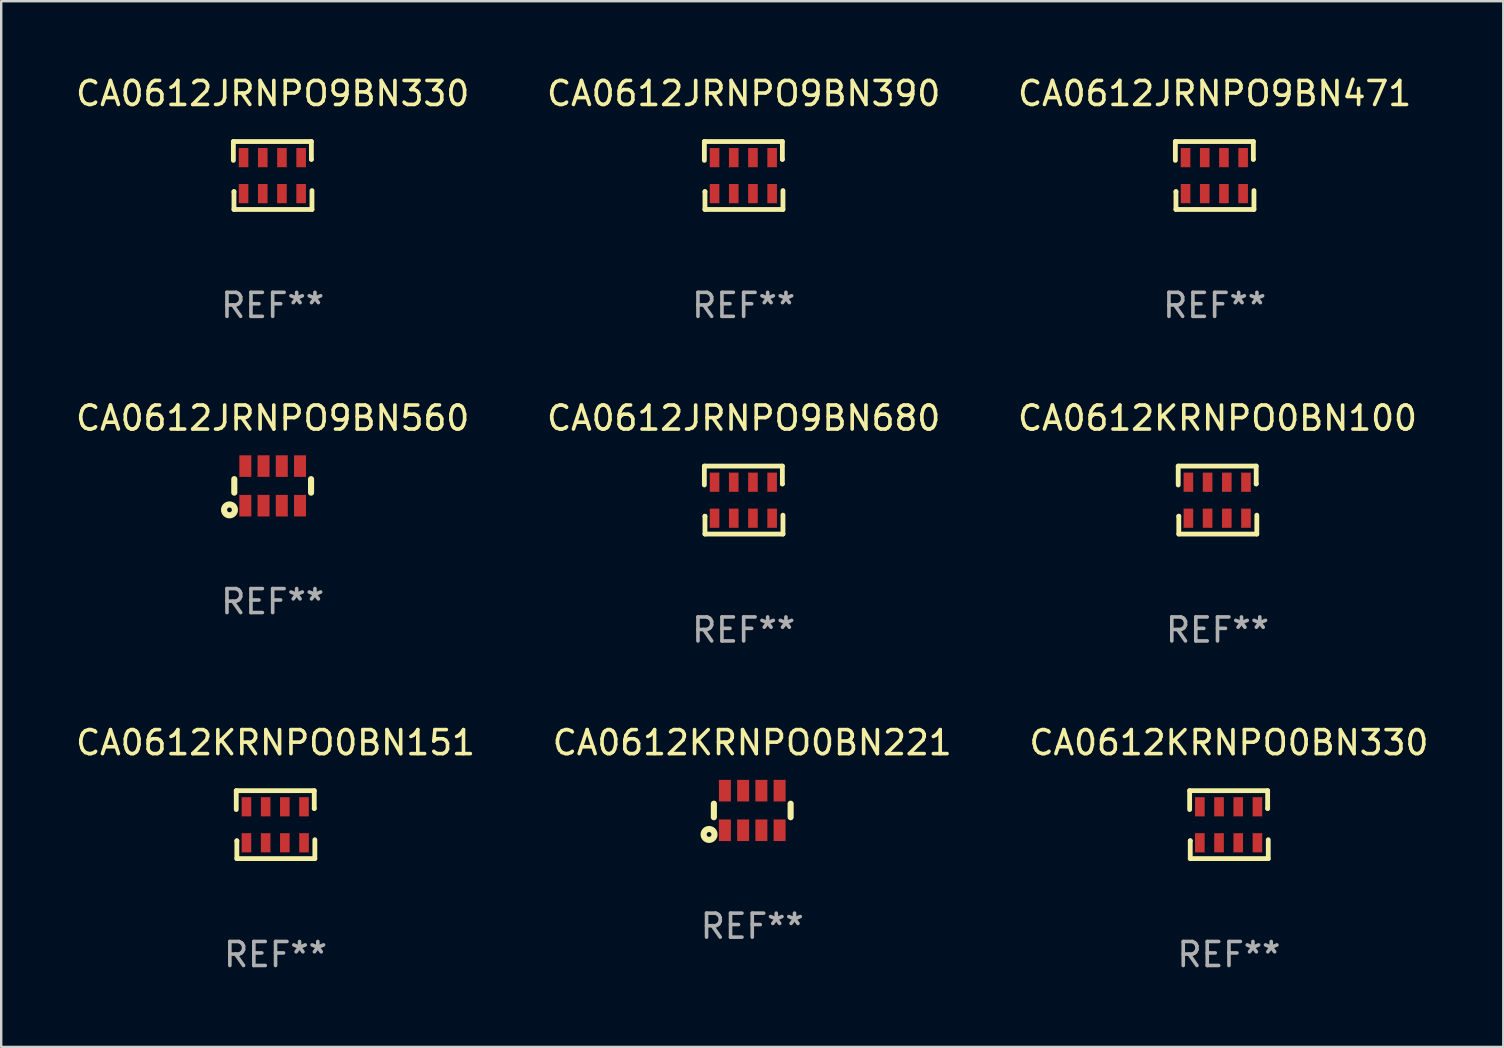
<source format=kicad_pcb>
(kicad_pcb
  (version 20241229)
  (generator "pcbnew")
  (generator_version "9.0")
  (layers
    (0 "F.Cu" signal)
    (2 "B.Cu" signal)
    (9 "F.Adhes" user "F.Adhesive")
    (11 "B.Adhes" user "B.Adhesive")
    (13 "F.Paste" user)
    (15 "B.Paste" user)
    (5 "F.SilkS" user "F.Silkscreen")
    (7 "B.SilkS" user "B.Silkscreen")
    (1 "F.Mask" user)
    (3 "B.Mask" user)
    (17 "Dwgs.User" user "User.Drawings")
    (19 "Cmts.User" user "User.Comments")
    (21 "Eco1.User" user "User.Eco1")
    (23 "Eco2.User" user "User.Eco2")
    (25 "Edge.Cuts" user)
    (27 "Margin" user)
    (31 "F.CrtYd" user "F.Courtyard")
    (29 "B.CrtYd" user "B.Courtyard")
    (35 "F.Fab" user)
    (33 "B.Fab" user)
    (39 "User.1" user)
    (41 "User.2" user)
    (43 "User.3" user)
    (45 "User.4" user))
  (footprint "CA0612KRNPO0BN330"
    (layer "F.Cu")
    (at 48.173 31.321)
    (property "Reference" "CA0612KRNPO0BN330" (at 0 -3.416 0) (layer "F.SilkS") (effects (font (size 1 1) (thickness 0.15))))
    (attr through_hole)
    (fp_line (start -1.638 -1.416) (end 1.613 -1.416) (stroke (width 0.2) (type solid)) (layer "F.SilkS"))
    (fp_line (start -1.638 -0.629) (end -1.638 -1.416) (stroke (width 0.2) (type solid)) (layer "F.SilkS"))
    (fp_line (start -1.613 0.673) (end -1.613 0.68) (stroke (width 0.2) (type solid)) (layer "F.SilkS"))
    (fp_line (start -1.613 1.416) (end -1.613 0.673) (stroke (width 0.2) (type solid)) (layer "F.SilkS"))
    (fp_line (start 1.613 -1.416) (end 1.613 -0.673) (stroke (width 0.2) (type solid)) (layer "F.SilkS"))
    (fp_line (start 1.613 -0.673) (end 1.613 -0.68) (stroke (width 0.2) (type solid)) (layer "F.SilkS"))
    (fp_line (start 1.638 0.629) (end 1.638 1.416) (stroke (width 0.2) (type solid)) (layer "F.SilkS"))
    (fp_line (start 1.638 1.416) (end -1.613 1.416) (stroke (width 0.2) (type solid)) (layer "F.SilkS"))
    (fp_circle (center -1.613 0.806) (end -1.583 0.806) (stroke (width 0.06) (type solid)) (fill no) (layer "F.SilkS"))
    (fp_text user "REF**" (at 0 5.416 0) (layer "F.Fab") (effects (font (size 1 1) (thickness 0.15))))
    (pad "1" smd rect (at -1.213 0.756 90) (size 0.8 0.4) (layers "F.Cu" "F.Mask" "F.Paste"))
    (pad "2" smd rect (at -0.413 0.756 90) (size 0.8 0.4) (layers "F.Cu" "F.Mask" "F.Paste"))
    (pad "3" smd rect (at 0.387 0.756 90) (size 0.8 0.4) (layers "F.Cu" "F.Mask" "F.Paste"))
    (pad "4" smd rect (at 1.187 0.756 90) (size 0.8 0.4) (layers "F.Cu" "F.Mask" "F.Paste"))
    (pad "5" smd rect (at 1.187 -0.744 90) (size 0.8 0.4) (layers "F.Cu" "F.Mask" "F.Paste"))
    (pad "6" smd rect (at 0.387 -0.744 90) (size 0.8 0.4) (layers "F.Cu" "F.Mask" "F.Paste"))
    (pad "7" smd rect (at -0.413 -0.744 90) (size 0.8 0.4) (layers "F.Cu" "F.Mask" "F.Paste"))
    (pad "8" smd rect (at -1.213 -0.744 90) (size 0.8 0.4) (layers "F.Cu" "F.Mask" "F.Paste")))
  (footprint "CA0612KRNPO0BN100"
    (layer "F.Cu")
    (at 47.696 17.793)
    (property "Reference" "CA0612KRNPO0BN100" (at 0 -3.416 0) (layer "F.SilkS") (effects (font (size 1 1) (thickness 0.15))))
    (attr through_hole)
    (fp_line (start -1.638 -1.416) (end 1.613 -1.416) (stroke (width 0.2) (type solid)) (layer "F.SilkS"))
    (fp_line (start -1.638 -0.629) (end -1.638 -1.416) (stroke (width 0.2) (type solid)) (layer "F.SilkS"))
    (fp_line (start -1.613 0.673) (end -1.613 0.68) (stroke (width 0.2) (type solid)) (layer "F.SilkS"))
    (fp_line (start -1.613 1.416) (end -1.613 0.673) (stroke (width 0.2) (type solid)) (layer "F.SilkS"))
    (fp_line (start 1.613 -1.416) (end 1.613 -0.673) (stroke (width 0.2) (type solid)) (layer "F.SilkS"))
    (fp_line (start 1.613 -0.673) (end 1.613 -0.68) (stroke (width 0.2) (type solid)) (layer "F.SilkS"))
    (fp_line (start 1.638 0.629) (end 1.638 1.416) (stroke (width 0.2) (type solid)) (layer "F.SilkS"))
    (fp_line (start 1.638 1.416) (end -1.613 1.416) (stroke (width 0.2) (type solid)) (layer "F.SilkS"))
    (fp_circle (center -1.613 0.806) (end -1.583 0.806) (stroke (width 0.06) (type solid)) (fill no) (layer "F.SilkS"))
    (fp_text user "REF**" (at 0 5.416 0) (layer "F.Fab") (effects (font (size 1 1) (thickness 0.15))))
    (pad "1" smd rect (at -1.213 0.756 90) (size 0.8 0.4) (layers "F.Cu" "F.Mask" "F.Paste"))
    (pad "2" smd rect (at -0.413 0.756 90) (size 0.8 0.4) (layers "F.Cu" "F.Mask" "F.Paste"))
    (pad "3" smd rect (at 0.387 0.756 90) (size 0.8 0.4) (layers "F.Cu" "F.Mask" "F.Paste"))
    (pad "4" smd rect (at 1.187 0.756 90) (size 0.8 0.4) (layers "F.Cu" "F.Mask" "F.Paste"))
    (pad "5" smd rect (at 1.187 -0.744 90) (size 0.8 0.4) (layers "F.Cu" "F.Mask" "F.Paste"))
    (pad "6" smd rect (at 0.387 -0.744 90) (size 0.8 0.4) (layers "F.Cu" "F.Mask" "F.Paste"))
    (pad "7" smd rect (at -0.413 -0.744 90) (size 0.8 0.4) (layers "F.Cu" "F.Mask" "F.Paste"))
    (pad "8" smd rect (at -1.213 -0.744 90) (size 0.8 0.4) (layers "F.Cu" "F.Mask" "F.Paste")))
  (footprint "CA0612JRNPO9BN471"
    (layer "F.Cu")
    (at 47.577 4.264)
    (property "Reference" "CA0612JRNPO9BN471" (at 0 -3.416 0) (layer "F.SilkS") (effects (font (size 1 1) (thickness 0.15))))
    (attr through_hole)
    (fp_line (start -1.638 -1.416) (end 1.613 -1.416) (stroke (width 0.2) (type solid)) (layer "F.SilkS"))
    (fp_line (start -1.638 -0.629) (end -1.638 -1.416) (stroke (width 0.2) (type solid)) (layer "F.SilkS"))
    (fp_line (start -1.613 0.673) (end -1.613 0.68) (stroke (width 0.2) (type solid)) (layer "F.SilkS"))
    (fp_line (start -1.613 1.416) (end -1.613 0.673) (stroke (width 0.2) (type solid)) (layer "F.SilkS"))
    (fp_line (start 1.613 -1.416) (end 1.613 -0.673) (stroke (width 0.2) (type solid)) (layer "F.SilkS"))
    (fp_line (start 1.613 -0.673) (end 1.613 -0.68) (stroke (width 0.2) (type solid)) (layer "F.SilkS"))
    (fp_line (start 1.638 0.629) (end 1.638 1.416) (stroke (width 0.2) (type solid)) (layer "F.SilkS"))
    (fp_line (start 1.638 1.416) (end -1.613 1.416) (stroke (width 0.2) (type solid)) (layer "F.SilkS"))
    (fp_circle (center -1.613 0.806) (end -1.583 0.806) (stroke (width 0.06) (type solid)) (fill no) (layer "F.SilkS"))
    (fp_text user "REF**" (at 0 5.416 0) (layer "F.Fab") (effects (font (size 1 1) (thickness 0.15))))
    (pad "1" smd rect (at -1.213 0.756 90) (size 0.8 0.4) (layers "F.Cu" "F.Mask" "F.Paste"))
    (pad "2" smd rect (at -0.413 0.756 90) (size 0.8 0.4) (layers "F.Cu" "F.Mask" "F.Paste"))
    (pad "3" smd rect (at 0.387 0.756 90) (size 0.8 0.4) (layers "F.Cu" "F.Mask" "F.Paste"))
    (pad "4" smd rect (at 1.187 0.756 90) (size 0.8 0.4) (layers "F.Cu" "F.Mask" "F.Paste"))
    (pad "5" smd rect (at 1.187 -0.744 90) (size 0.8 0.4) (layers "F.Cu" "F.Mask" "F.Paste"))
    (pad "6" smd rect (at 0.387 -0.744 90) (size 0.8 0.4) (layers "F.Cu" "F.Mask" "F.Paste"))
    (pad "7" smd rect (at -0.413 -0.744 90) (size 0.8 0.4) (layers "F.Cu" "F.Mask" "F.Paste"))
    (pad "8" smd rect (at -1.213 -0.744 90) (size 0.8 0.4) (layers "F.Cu" "F.Mask" "F.Paste")))
  (footprint "CA0612JRNPO9BN560"
    (layer "F.Cu")
    (at 8.315 17.202)
    (property "Reference" "CA0612JRNPO9BN560" (at 0 -2.825 0) (layer "F.SilkS") (effects (font (size 1 1) (thickness 0.15))))
    (attr through_hole)
    (fp_line (start -1.6 -0.282) (end -1.6 0.282) (stroke (width 0.254) (type solid)) (layer "F.SilkS"))
    (fp_line (start 1.6 -0.282) (end 1.6 0.282) (stroke (width 0.254) (type solid)) (layer "F.SilkS"))
    (fp_circle (center -1.8 1) (end -1.7 1) (stroke (width 0.254) (type solid)) (fill no) (layer "F.SilkS"))
    (fp_circle (center -1.6 0.8) (end -1.57 0.8) (stroke (width 0.06) (type solid)) (fill no) (layer "F.SilkS"))
    (fp_text user "REF**" (at 0 4.825 0) (layer "F.Fab") (effects (font (size 1 1) (thickness 0.15))))
    (pad "1" smd rect (at -1.14 0.825 90) (size 0.9 0.5) (layers "F.Cu" "F.Mask" "F.Paste"))
    (pad "2" smd rect (at -0.38 0.825 90) (size 0.9 0.5) (layers "F.Cu" "F.Mask" "F.Paste"))
    (pad "3" smd rect (at 0.38 0.825 90) (size 0.9 0.5) (layers "F.Cu" "F.Mask" "F.Paste"))
    (pad "4" smd rect (at 1.14 0.825 90) (size 0.9 0.5) (layers "F.Cu" "F.Mask" "F.Paste"))
    (pad "5" smd rect (at 1.14 -0.825 90) (size 0.9 0.5) (layers "F.Cu" "F.Mask" "F.Paste"))
    (pad "6" smd rect (at 0.38 -0.825 90) (size 0.9 0.5) (layers "F.Cu" "F.Mask" "F.Paste"))
    (pad "7" smd rect (at -0.38 -0.825 90) (size 0.9 0.5) (layers "F.Cu" "F.Mask" "F.Paste"))
    (pad "8" smd rect (at -1.14 -0.825 90) (size 0.9 0.5) (layers "F.Cu" "F.Mask" "F.Paste")))
  (footprint "CA0612JRNPO9BN680"
    (layer "F.Cu")
    (at 27.946 17.793)
    (property "Reference" "CA0612JRNPO9BN680" (at 0 -3.416 0) (layer "F.SilkS") (effects (font (size 1 1) (thickness 0.15))))
    (attr through_hole)
    (fp_line (start -1.638 -1.416) (end 1.613 -1.416) (stroke (width 0.2) (type solid)) (layer "F.SilkS"))
    (fp_line (start -1.638 -0.629) (end -1.638 -1.416) (stroke (width 0.2) (type solid)) (layer "F.SilkS"))
    (fp_line (start -1.613 0.673) (end -1.613 0.68) (stroke (width 0.2) (type solid)) (layer "F.SilkS"))
    (fp_line (start -1.613 1.416) (end -1.613 0.673) (stroke (width 0.2) (type solid)) (layer "F.SilkS"))
    (fp_line (start 1.613 -1.416) (end 1.613 -0.673) (stroke (width 0.2) (type solid)) (layer "F.SilkS"))
    (fp_line (start 1.613 -0.673) (end 1.613 -0.68) (stroke (width 0.2) (type solid)) (layer "F.SilkS"))
    (fp_line (start 1.638 0.629) (end 1.638 1.416) (stroke (width 0.2) (type solid)) (layer "F.SilkS"))
    (fp_line (start 1.638 1.416) (end -1.613 1.416) (stroke (width 0.2) (type solid)) (layer "F.SilkS"))
    (fp_circle (center -1.613 0.806) (end -1.583 0.806) (stroke (width 0.06) (type solid)) (fill no) (layer "F.SilkS"))
    (fp_text user "REF**" (at 0 5.416 0) (layer "F.Fab") (effects (font (size 1 1) (thickness 0.15))))
    (pad "1" smd rect (at -1.213 0.756 90) (size 0.8 0.4) (layers "F.Cu" "F.Mask" "F.Paste"))
    (pad "2" smd rect (at -0.413 0.756 90) (size 0.8 0.4) (layers "F.Cu" "F.Mask" "F.Paste"))
    (pad "3" smd rect (at 0.387 0.756 90) (size 0.8 0.4) (layers "F.Cu" "F.Mask" "F.Paste"))
    (pad "4" smd rect (at 1.187 0.756 90) (size 0.8 0.4) (layers "F.Cu" "F.Mask" "F.Paste"))
    (pad "5" smd rect (at 1.187 -0.744 90) (size 0.8 0.4) (layers "F.Cu" "F.Mask" "F.Paste"))
    (pad "6" smd rect (at 0.387 -0.744 90) (size 0.8 0.4) (layers "F.Cu" "F.Mask" "F.Paste"))
    (pad "7" smd rect (at -0.413 -0.744 90) (size 0.8 0.4) (layers "F.Cu" "F.Mask" "F.Paste"))
    (pad "8" smd rect (at -1.213 -0.744 90) (size 0.8 0.4) (layers "F.Cu" "F.Mask" "F.Paste")))
  (footprint "CA0612KRNPO0BN151"
    (layer "F.Cu")
    (at 8.435 31.321)
    (property "Reference" "CA0612KRNPO0BN151" (at 0 -3.416 0) (layer "F.SilkS") (effects (font (size 1 1) (thickness 0.15))))
    (attr through_hole)
    (fp_line (start -1.638 -1.416) (end 1.613 -1.416) (stroke (width 0.2) (type solid)) (layer "F.SilkS"))
    (fp_line (start -1.638 -0.629) (end -1.638 -1.416) (stroke (width 0.2) (type solid)) (layer "F.SilkS"))
    (fp_line (start -1.613 0.673) (end -1.613 0.68) (stroke (width 0.2) (type solid)) (layer "F.SilkS"))
    (fp_line (start -1.613 1.416) (end -1.613 0.673) (stroke (width 0.2) (type solid)) (layer "F.SilkS"))
    (fp_line (start 1.613 -1.416) (end 1.613 -0.673) (stroke (width 0.2) (type solid)) (layer "F.SilkS"))
    (fp_line (start 1.613 -0.673) (end 1.613 -0.68) (stroke (width 0.2) (type solid)) (layer "F.SilkS"))
    (fp_line (start 1.638 0.629) (end 1.638 1.416) (stroke (width 0.2) (type solid)) (layer "F.SilkS"))
    (fp_line (start 1.638 1.416) (end -1.613 1.416) (stroke (width 0.2) (type solid)) (layer "F.SilkS"))
    (fp_circle (center -1.613 0.806) (end -1.583 0.806) (stroke (width 0.06) (type solid)) (fill no) (layer "F.SilkS"))
    (fp_text user "REF**" (at 0 5.416 0) (layer "F.Fab") (effects (font (size 1 1) (thickness 0.15))))
    (pad "1" smd rect (at -1.213 0.756 90) (size 0.8 0.4) (layers "F.Cu" "F.Mask" "F.Paste"))
    (pad "2" smd rect (at -0.413 0.756 90) (size 0.8 0.4) (layers "F.Cu" "F.Mask" "F.Paste"))
    (pad "3" smd rect (at 0.387 0.756 90) (size 0.8 0.4) (layers "F.Cu" "F.Mask" "F.Paste"))
    (pad "4" smd rect (at 1.187 0.756 90) (size 0.8 0.4) (layers "F.Cu" "F.Mask" "F.Paste"))
    (pad "5" smd rect (at 1.187 -0.744 90) (size 0.8 0.4) (layers "F.Cu" "F.Mask" "F.Paste"))
    (pad "6" smd rect (at 0.387 -0.744 90) (size 0.8 0.4) (layers "F.Cu" "F.Mask" "F.Paste"))
    (pad "7" smd rect (at -0.413 -0.744 90) (size 0.8 0.4) (layers "F.Cu" "F.Mask" "F.Paste"))
    (pad "8" smd rect (at -1.213 -0.744 90) (size 0.8 0.4) (layers "F.Cu" "F.Mask" "F.Paste")))
  (footprint "CA0612JRNPO9BN330"
    (layer "F.Cu")
    (at 8.315 4.264)
    (property "Reference" "CA0612JRNPO9BN330" (at 0 -3.416 0) (layer "F.SilkS") (effects (font (size 1 1) (thickness 0.15))))
    (attr through_hole)
    (fp_line (start -1.638 -1.416) (end 1.613 -1.416) (stroke (width 0.2) (type solid)) (layer "F.SilkS"))
    (fp_line (start -1.638 -0.629) (end -1.638 -1.416) (stroke (width 0.2) (type solid)) (layer "F.SilkS"))
    (fp_line (start -1.613 0.673) (end -1.613 0.68) (stroke (width 0.2) (type solid)) (layer "F.SilkS"))
    (fp_line (start -1.613 1.416) (end -1.613 0.673) (stroke (width 0.2) (type solid)) (layer "F.SilkS"))
    (fp_line (start 1.613 -1.416) (end 1.613 -0.673) (stroke (width 0.2) (type solid)) (layer "F.SilkS"))
    (fp_line (start 1.613 -0.673) (end 1.613 -0.68) (stroke (width 0.2) (type solid)) (layer "F.SilkS"))
    (fp_line (start 1.638 0.629) (end 1.638 1.416) (stroke (width 0.2) (type solid)) (layer "F.SilkS"))
    (fp_line (start 1.638 1.416) (end -1.613 1.416) (stroke (width 0.2) (type solid)) (layer "F.SilkS"))
    (fp_circle (center -1.613 0.806) (end -1.583 0.806) (stroke (width 0.06) (type solid)) (fill no) (layer "F.SilkS"))
    (fp_text user "REF**" (at 0 5.416 0) (layer "F.Fab") (effects (font (size 1 1) (thickness 0.15))))
    (pad "1" smd rect (at -1.213 0.756 90) (size 0.8 0.4) (layers "F.Cu" "F.Mask" "F.Paste"))
    (pad "2" smd rect (at -0.413 0.756 90) (size 0.8 0.4) (layers "F.Cu" "F.Mask" "F.Paste"))
    (pad "3" smd rect (at 0.387 0.756 90) (size 0.8 0.4) (layers "F.Cu" "F.Mask" "F.Paste"))
    (pad "4" smd rect (at 1.187 0.756 90) (size 0.8 0.4) (layers "F.Cu" "F.Mask" "F.Paste"))
    (pad "5" smd rect (at 1.187 -0.744 90) (size 0.8 0.4) (layers "F.Cu" "F.Mask" "F.Paste"))
    (pad "6" smd rect (at 0.387 -0.744 90) (size 0.8 0.4) (layers "F.Cu" "F.Mask" "F.Paste"))
    (pad "7" smd rect (at -0.413 -0.744 90) (size 0.8 0.4) (layers "F.Cu" "F.Mask" "F.Paste"))
    (pad "8" smd rect (at -1.213 -0.744 90) (size 0.8 0.4) (layers "F.Cu" "F.Mask" "F.Paste")))
  (footprint "CA0612KRNPO0BN221"
    (layer "F.Cu")
    (at 28.304 30.73)
    (property "Reference" "CA0612KRNPO0BN221" (at 0 -2.825 0) (layer "F.SilkS") (effects (font (size 1 1) (thickness 0.15))))
    (attr through_hole)
    (fp_line (start -1.6 -0.282) (end -1.6 0.282) (stroke (width 0.254) (type solid)) (layer "F.SilkS"))
    (fp_line (start 1.6 -0.282) (end 1.6 0.282) (stroke (width 0.254) (type solid)) (layer "F.SilkS"))
    (fp_circle (center -1.8 1) (end -1.7 1) (stroke (width 0.254) (type solid)) (fill no) (layer "F.SilkS"))
    (fp_circle (center -1.6 0.8) (end -1.57 0.8) (stroke (width 0.06) (type solid)) (fill no) (layer "F.SilkS"))
    (fp_text user "REF**" (at 0 4.825 0) (layer "F.Fab") (effects (font (size 1 1) (thickness 0.15))))
    (pad "1" smd rect (at -1.14 0.825 90) (size 0.9 0.5) (layers "F.Cu" "F.Mask" "F.Paste"))
    (pad "2" smd rect (at -0.38 0.825 90) (size 0.9 0.5) (layers "F.Cu" "F.Mask" "F.Paste"))
    (pad "3" smd rect (at 0.38 0.825 90) (size 0.9 0.5) (layers "F.Cu" "F.Mask" "F.Paste"))
    (pad "4" smd rect (at 1.14 0.825 90) (size 0.9 0.5) (layers "F.Cu" "F.Mask" "F.Paste"))
    (pad "5" smd rect (at 1.14 -0.825 90) (size 0.9 0.5) (layers "F.Cu" "F.Mask" "F.Paste"))
    (pad "6" smd rect (at 0.38 -0.825 90) (size 0.9 0.5) (layers "F.Cu" "F.Mask" "F.Paste"))
    (pad "7" smd rect (at -0.38 -0.825 90) (size 0.9 0.5) (layers "F.Cu" "F.Mask" "F.Paste"))
    (pad "8" smd rect (at -1.14 -0.825 90) (size 0.9 0.5) (layers "F.Cu" "F.Mask" "F.Paste")))
  (footprint "CA0612JRNPO9BN390"
    (layer "F.Cu")
    (at 27.946 4.264)
    (property "Reference" "CA0612JRNPO9BN390" (at 0 -3.416 0) (layer "F.SilkS") (effects (font (size 1 1) (thickness 0.15))))
    (attr through_hole)
    (fp_line (start -1.638 -1.416) (end 1.613 -1.416) (stroke (width 0.2) (type solid)) (layer "F.SilkS"))
    (fp_line (start -1.638 -0.629) (end -1.638 -1.416) (stroke (width 0.2) (type solid)) (layer "F.SilkS"))
    (fp_line (start -1.613 0.673) (end -1.613 0.68) (stroke (width 0.2) (type solid)) (layer "F.SilkS"))
    (fp_line (start -1.613 1.416) (end -1.613 0.673) (stroke (width 0.2) (type solid)) (layer "F.SilkS"))
    (fp_line (start 1.613 -1.416) (end 1.613 -0.673) (stroke (width 0.2) (type solid)) (layer "F.SilkS"))
    (fp_line (start 1.613 -0.673) (end 1.613 -0.68) (stroke (width 0.2) (type solid)) (layer "F.SilkS"))
    (fp_line (start 1.638 0.629) (end 1.638 1.416) (stroke (width 0.2) (type solid)) (layer "F.SilkS"))
    (fp_line (start 1.638 1.416) (end -1.613 1.416) (stroke (width 0.2) (type solid)) (layer "F.SilkS"))
    (fp_circle (center -1.613 0.806) (end -1.583 0.806) (stroke (width 0.06) (type solid)) (fill no) (layer "F.SilkS"))
    (fp_text user "REF**" (at 0 5.416 0) (layer "F.Fab") (effects (font (size 1 1) (thickness 0.15))))
    (pad "1" smd rect (at -1.213 0.756 90) (size 0.8 0.4) (layers "F.Cu" "F.Mask" "F.Paste"))
    (pad "2" smd rect (at -0.413 0.756 90) (size 0.8 0.4) (layers "F.Cu" "F.Mask" "F.Paste"))
    (pad "3" smd rect (at 0.387 0.756 90) (size 0.8 0.4) (layers "F.Cu" "F.Mask" "F.Paste"))
    (pad "4" smd rect (at 1.187 0.756 90) (size 0.8 0.4) (layers "F.Cu" "F.Mask" "F.Paste"))
    (pad "5" smd rect (at 1.187 -0.744 90) (size 0.8 0.4) (layers "F.Cu" "F.Mask" "F.Paste"))
    (pad "6" smd rect (at 0.387 -0.744 90) (size 0.8 0.4) (layers "F.Cu" "F.Mask" "F.Paste"))
    (pad "7" smd rect (at -0.413 -0.744 90) (size 0.8 0.4) (layers "F.Cu" "F.Mask" "F.Paste"))
    (pad "8" smd rect (at -1.213 -0.744 90) (size 0.8 0.4) (layers "F.Cu" "F.Mask" "F.Paste")))
  (gr_rect
    (start -3 -3)
    (end 59.607 40.586)
    (stroke (width 0.1) (type default))
    (fill no)
    (layer "Edge.Cuts")))
</source>
